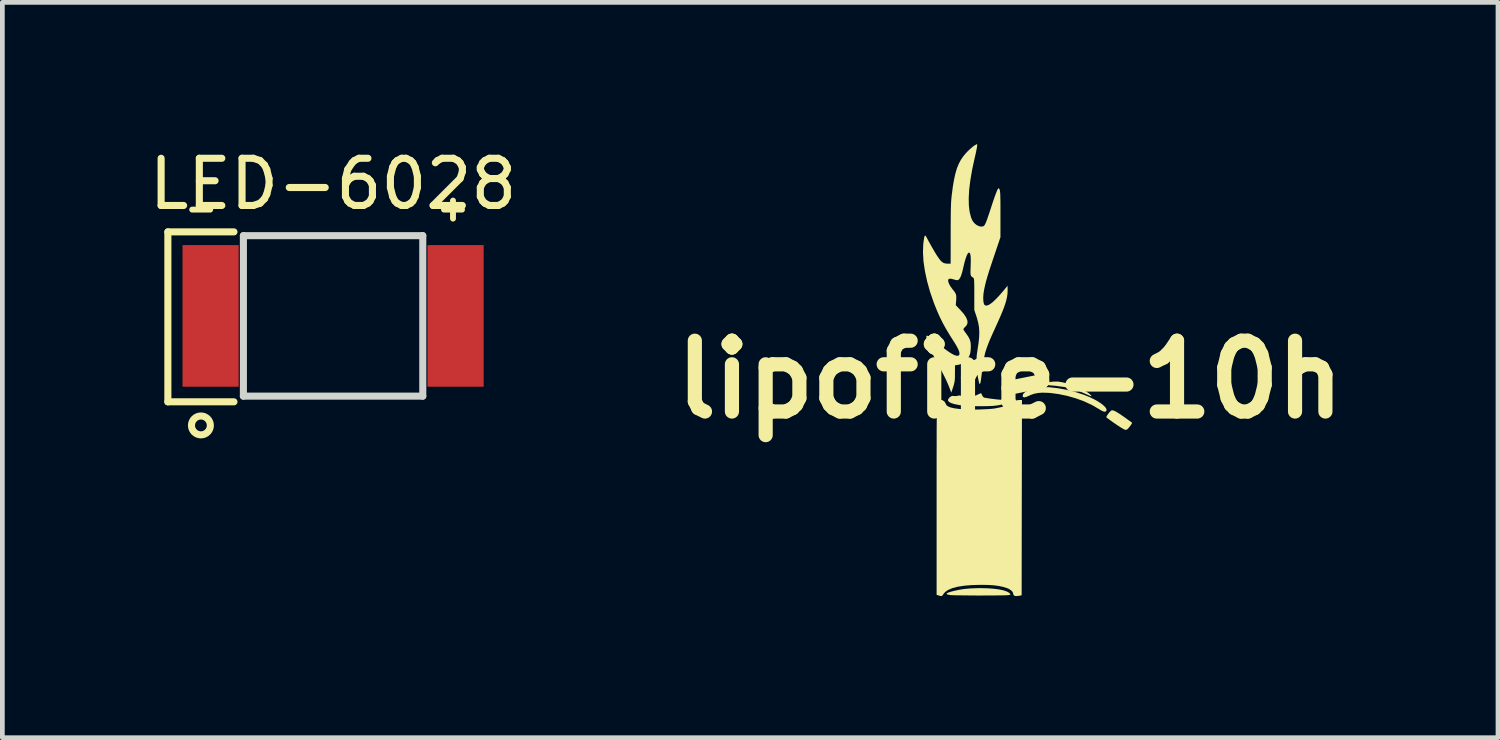
<source format=kicad_pcb>
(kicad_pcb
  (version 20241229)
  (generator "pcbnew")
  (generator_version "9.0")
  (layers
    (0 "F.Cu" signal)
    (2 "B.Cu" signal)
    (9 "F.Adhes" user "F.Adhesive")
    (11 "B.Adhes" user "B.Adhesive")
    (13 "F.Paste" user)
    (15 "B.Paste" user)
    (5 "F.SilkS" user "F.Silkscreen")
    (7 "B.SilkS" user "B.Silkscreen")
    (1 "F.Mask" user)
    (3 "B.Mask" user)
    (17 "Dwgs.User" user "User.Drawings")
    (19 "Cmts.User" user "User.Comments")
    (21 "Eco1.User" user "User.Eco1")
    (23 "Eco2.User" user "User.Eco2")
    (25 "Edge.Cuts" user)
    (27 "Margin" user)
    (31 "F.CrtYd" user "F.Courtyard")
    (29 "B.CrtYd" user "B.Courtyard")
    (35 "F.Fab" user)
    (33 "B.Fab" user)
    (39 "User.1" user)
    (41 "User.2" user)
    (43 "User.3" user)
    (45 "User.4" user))
  (footprint "lipofire-10h"
    (layer "F.Cu")
    (at 18.348 4.989)
    (property "Reference" "lipofire-10h" (at 0 0 0) (layer "F.SilkS") (effects (font (size 1.5 1.5) (thickness 0.3))))
    (attr board_only exclude_from_pos_files exclude_from_bom)
    (fp_poly (pts (xy 1.021 0.045) (xy 1.122 0.062) (xy 1.241 0.094) (xy 1.378 0.143) (xy 1.396 0.15) (xy 1.476 0.185) (xy 1.553 0.223) (xy 1.622 0.263) (xy 1.677 0.301) (xy 1.713 0.334) (xy 1.714 0.335) (xy 1.724 0.35) (xy 1.718 0.355) (xy 1.694 0.347) (xy 1.65 0.328) (xy 1.623 0.315) (xy 1.464 0.247) (xy 1.305 0.195) (xy 1.141 0.158) (xy 0.962 0.134) (xy 0.892 0.128) (xy 0.813 0.121) (xy 0.749 0.114) (xy 0.704 0.107) (xy 0.68 0.1) (xy 0.677 0.098) (xy 0.687 0.089) (xy 0.718 0.078) (xy 0.766 0.067) (xy 0.827 0.056) (xy 0.896 0.047) (xy 0.937 0.044)) (stroke (width 0) (type solid)) (fill yes) (layer "F.SilkS"))
    (fp_poly (pts (xy 2.176 0.653) (xy 2.212 0.666) (xy 2.262 0.693) (xy 2.328 0.734) (xy 2.412 0.792) (xy 2.439 0.811) (xy 2.491 0.849) (xy 2.535 0.88) (xy 2.567 0.904) (xy 2.582 0.915) (xy 2.583 0.916) (xy 2.579 0.929) (xy 2.564 0.956) (xy 2.54 0.989) (xy 2.514 1.022) (xy 2.49 1.048) (xy 2.473 1.061) (xy 2.455 1.066) (xy 2.439 1.066) (xy 2.418 1.058) (xy 2.385 1.04) (xy 2.354 1.022) (xy 2.317 0.998) (xy 2.268 0.966) (xy 2.212 0.928) (xy 2.156 0.889) (xy 2.105 0.852) (xy 2.064 0.822) (xy 2.04 0.804) (xy 2.041 0.788) (xy 2.055 0.761) (xy 2.078 0.727) (xy 2.105 0.693) (xy 2.131 0.666) (xy 2.151 0.653)) (stroke (width 0) (type solid)) (fill yes) (layer "F.SilkS"))
    (fp_poly (pts (xy -0.485 4.423) (xy -0.356 4.432) (xy -0.243 4.446) (xy -0.149 4.465) (xy -0.075 4.489) (xy -0.024 4.516) (xy -0.008 4.531) (xy 0.006 4.548) (xy 0.004 4.558) (xy -0.016 4.564) (xy -0.041 4.568) (xy -0.069 4.57) (xy -0.119 4.572) (xy -0.188 4.573) (xy -0.274 4.574) (xy -0.372 4.575) (xy -0.479 4.575) (xy -0.591 4.576) (xy -0.705 4.576) (xy -0.818 4.575) (xy -0.926 4.574) (xy -1.025 4.573) (xy -1.113 4.572) (xy -1.185 4.571) (xy -1.238 4.569) (xy -1.268 4.567) (xy -1.269 4.566) (xy -1.319 4.557) (xy -1.344 4.546) (xy -1.344 4.533) (xy -1.318 4.517) (xy -1.266 4.499) (xy -1.2 4.481) (xy -1.087 4.456) (xy -0.973 4.438) (xy -0.851 4.427) (xy -0.714 4.421) (xy -0.627 4.42)) (stroke (width 0) (type solid)) (fill yes) (layer "F.SilkS"))
    (fp_poly (pts (xy 0.828 0.164) (xy 1.007 0.184) (xy 1.194 0.218) (xy 1.38 0.265) (xy 1.561 0.324) (xy 1.687 0.375) (xy 1.781 0.42) (xy 1.865 0.468) (xy 1.936 0.515) (xy 1.991 0.561) (xy 2.028 0.603) (xy 2.043 0.639) (xy 2.043 0.649) (xy 2.03 0.676) (xy 2.002 0.683) (xy 1.959 0.671) (xy 1.899 0.638) (xy 1.88 0.626) (xy 1.737 0.542) (xy 1.574 0.466) (xy 1.398 0.401) (xy 1.214 0.348) (xy 1.027 0.309) (xy 0.845 0.285) (xy 0.792 0.282) (xy 0.681 0.279) (xy 0.589 0.286) (xy 0.509 0.302) (xy 0.434 0.328) (xy 0.401 0.344) (xy 0.341 0.37) (xy 0.299 0.379) (xy 0.275 0.37) (xy 0.266 0.352) (xy 0.271 0.317) (xy 0.3 0.281) (xy 0.353 0.243) (xy 0.405 0.215) (xy 0.45 0.194) (xy 0.486 0.179) (xy 0.521 0.17) (xy 0.562 0.165) (xy 0.618 0.162) (xy 0.662 0.16)) (stroke (width 0) (type solid)) (fill yes) (layer "F.SilkS"))
    (fp_poly (pts (xy -0.608 0.301) (xy -0.596 0.328) (xy -0.596 0.329) (xy -0.578 0.361) (xy -0.557 0.381) (xy -0.536 0.387) (xy -0.493 0.394) (xy -0.436 0.403) (xy -0.369 0.411) (xy -0.298 0.42) (xy -0.228 0.427) (xy -0.165 0.432) (xy -0.114 0.435) (xy -0.096 0.436) (xy -0.05 0.439) (xy -0.029 0.448) (xy -0.034 0.463) (xy -0.064 0.485) (xy -0.079 0.494) (xy -0.131 0.517) (xy -0.193 0.535) (xy -0.269 0.549) (xy -0.36 0.559) (xy -0.471 0.564) (xy -0.604 0.566) (xy -0.653 0.566) (xy -0.787 0.564) (xy -0.899 0.559) (xy -0.995 0.552) (xy -1.078 0.541) (xy -1.078 0.541) (xy -1.177 0.522) (xy -1.249 0.5) (xy -1.295 0.474) (xy -1.316 0.446) (xy -1.311 0.414) (xy -1.28 0.378) (xy -1.279 0.377) (xy -1.246 0.354) (xy -1.215 0.347) (xy -1.187 0.35) (xy -1.147 0.352) (xy -1.115 0.346) (xy -1.111 0.345) (xy -1.078 0.338) (xy -1.037 0.346) (xy -0.993 0.354) (xy -0.965 0.348) (xy -0.935 0.341) (xy -0.917 0.344) (xy -0.86 0.356) (xy -0.792 0.353) (xy -0.724 0.337) (xy -0.692 0.323) (xy -0.654 0.305) (xy -0.627 0.293) (xy -0.618 0.29)) (stroke (width 0) (type solid)) (fill yes) (layer "F.SilkS"))
    (fp_poly (pts (xy -1.439 0.436) (xy -1.396 0.462) (xy -1.37 0.5) (xy -1.366 0.512) (xy -1.349 0.544) (xy -1.314 0.571) (xy -1.258 0.593) (xy -1.18 0.611) (xy -1.078 0.624) (xy -0.962 0.632) (xy -0.873 0.636) (xy -0.773 0.637) (xy -0.667 0.636) (xy -0.563 0.632) (xy -0.466 0.627) (xy -0.384 0.621) (xy -0.321 0.613) (xy -0.319 0.613) (xy -0.195 0.587) (xy -0.092 0.557) (xy -0.005 0.519) (xy 0.072 0.472) (xy 0.078 0.468) (xy 0.124 0.444) (xy 0.178 0.436) (xy 0.187 0.435) (xy 0.251 0.435) (xy 0.247 2.504) (xy 0.244 4.572) (xy 0.175 4.584) (xy 0.118 4.588) (xy 0.083 4.577) (xy 0.067 4.551) (xy 0.066 4.539) (xy 0.054 4.502) (xy 0.019 4.465) (xy -0.032 4.433) (xy -0.061 4.421) (xy -0.146 4.394) (xy -0.24 4.374) (xy -0.348 4.36) (xy -0.473 4.352) (xy -0.62 4.35) (xy -0.627 4.35) (xy -0.808 4.355) (xy -0.967 4.368) (xy -1.105 4.389) (xy -1.219 4.418) (xy -1.31 4.456) (xy -1.376 4.501) (xy -1.414 4.546) (xy -1.433 4.575) (xy -1.452 4.587) (xy -1.479 4.586) (xy -1.514 4.575) (xy -1.557 4.562) (xy -1.557 2.5) (xy -1.557 2.226) (xy -1.557 1.977) (xy -1.557 1.751) (xy -1.557 1.549) (xy -1.556 1.368) (xy -1.556 1.208) (xy -1.556 1.067) (xy -1.555 0.944) (xy -1.554 0.837) (xy -1.553 0.746) (xy -1.552 0.67) (xy -1.551 0.606) (xy -1.55 0.555) (xy -1.548 0.515) (xy -1.547 0.484) (xy -1.545 0.461) (xy -1.543 0.445) (xy -1.54 0.436) (xy -1.538 0.431) (xy -1.536 0.43) (xy -1.488 0.424)) (stroke (width 0) (type solid)) (fill yes) (layer "F.SilkS"))
    (fp_poly (pts (xy -0.699 -4.949) (xy -0.702 -4.922) (xy -0.711 -4.876) (xy -0.723 -4.814) (xy -0.739 -4.742) (xy -0.752 -4.687) (xy -0.804 -4.447) (xy -0.842 -4.226) (xy -0.867 -4.025) (xy -0.877 -3.844) (xy -0.874 -3.684) (xy -0.857 -3.546) (xy -0.826 -3.429) (xy -0.798 -3.365) (xy -0.763 -3.317) (xy -0.717 -3.277) (xy -0.665 -3.25) (xy -0.614 -3.238) (xy -0.57 -3.245) (xy -0.566 -3.247) (xy -0.554 -3.255) (xy -0.542 -3.268) (xy -0.53 -3.29) (xy -0.515 -3.321) (xy -0.497 -3.366) (xy -0.476 -3.426) (xy -0.449 -3.505) (xy -0.416 -3.604) (xy -0.39 -3.684) (xy -0.361 -3.772) (xy -0.333 -3.853) (xy -0.308 -3.922) (xy -0.287 -3.977) (xy -0.272 -4.014) (xy -0.265 -4.027) (xy -0.241 -4.056) (xy -0.223 -4.024) (xy -0.218 -4.01) (xy -0.214 -3.987) (xy -0.211 -3.953) (xy -0.208 -3.904) (xy -0.207 -3.839) (xy -0.205 -3.754) (xy -0.205 -3.649) (xy -0.205 -3.519) (xy -0.205 -3.503) (xy -0.205 -3.015) (xy -0.345 -2.599) (xy -0.398 -2.441) (xy -0.443 -2.305) (xy -0.479 -2.188) (xy -0.508 -2.087) (xy -0.53 -1.999) (xy -0.547 -1.922) (xy -0.559 -1.853) (xy -0.565 -1.81) (xy -0.57 -1.739) (xy -0.568 -1.674) (xy -0.561 -1.621) (xy -0.548 -1.587) (xy -0.544 -1.581) (xy -0.516 -1.566) (xy -0.479 -1.569) (xy -0.433 -1.591) (xy -0.377 -1.632) (xy -0.31 -1.694) (xy -0.231 -1.777) (xy -0.14 -1.882) (xy -0.103 -1.927) (xy -0.054 -1.986) (xy -0.053 -1.88) (xy -0.056 -1.817) (xy -0.065 -1.751) (xy -0.081 -1.678) (xy -0.105 -1.597) (xy -0.138 -1.503) (xy -0.182 -1.395) (xy -0.236 -1.27) (xy -0.297 -1.135) (xy -0.357 -1.003) (xy -0.407 -0.891) (xy -0.448 -0.795) (xy -0.481 -0.71) (xy -0.508 -0.633) (xy -0.53 -0.559) (xy -0.547 -0.484) (xy -0.562 -0.405) (xy -0.576 -0.316) (xy -0.589 -0.215) (xy -0.595 -0.172) (xy -0.608 -0.068) (xy -0.618 0.01) (xy -0.628 0.063) (xy -0.637 0.092) (xy -0.645 0.098) (xy -0.654 0.08) (xy -0.665 0.04) (xy -0.677 -0.021) (xy -0.688 -0.079) (xy -0.709 -0.231) (xy -0.715 -0.373) (xy -0.707 -0.516) (xy -0.689 -0.64) (xy -0.668 -0.779) (xy -0.656 -0.899) (xy -0.653 -1.005) (xy -0.659 -1.104) (xy -0.676 -1.2) (xy -0.702 -1.3) (xy -0.716 -1.344) (xy -0.759 -1.471) (xy -0.759 -1.806) (xy -0.759 -1.908) (xy -0.759 -1.988) (xy -0.761 -2.047) (xy -0.762 -2.09) (xy -0.765 -2.119) (xy -0.769 -2.138) (xy -0.775 -2.149) (xy -0.783 -2.156) (xy -0.785 -2.158) (xy -0.807 -2.174) (xy -0.823 -2.188) (xy -0.833 -2.206) (xy -0.838 -2.232) (xy -0.84 -2.271) (xy -0.839 -2.327) (xy -0.836 -2.404) (xy -0.836 -2.407) (xy -0.833 -2.512) (xy -0.835 -2.592) (xy -0.842 -2.647) (xy -0.854 -2.679) (xy -0.871 -2.689) (xy -0.876 -2.688) (xy -0.896 -2.67) (xy -0.918 -2.629) (xy -0.941 -2.566) (xy -0.965 -2.485) (xy -0.988 -2.389) (xy -0.989 -2.383) (xy -1.013 -2.282) (xy -1.037 -2.205) (xy -1.061 -2.151) (xy -1.086 -2.118) (xy -1.107 -2.105) (xy -1.133 -2.105) (xy -1.172 -2.113) (xy -1.187 -2.118) (xy -1.246 -2.134) (xy -1.286 -2.135) (xy -1.309 -2.12) (xy -1.313 -2.112) (xy -1.312 -2.078) (xy -1.296 -2.031) (xy -1.268 -1.978) (xy -1.229 -1.924) (xy -1.222 -1.914) (xy -1.18 -1.863) (xy -1.155 -1.821) (xy -1.142 -1.78) (xy -1.14 -1.731) (xy -1.143 -1.677) (xy -1.151 -1.574) (xy -1.051 -1.468) (xy -0.978 -1.385) (xy -0.93 -1.311) (xy -0.905 -1.247) (xy -0.903 -1.191) (xy -0.925 -1.143) (xy -0.95 -1.117) (xy -0.976 -1.091) (xy -0.989 -1.069) (xy -0.99 -1.065) (xy -0.982 -1.046) (xy -0.962 -1.014) (xy -0.933 -0.975) (xy -0.931 -0.972) (xy -0.883 -0.903) (xy -0.852 -0.841) (xy -0.836 -0.776) (xy -0.832 -0.699) (xy -0.834 -0.663) (xy -0.838 -0.6) (xy -0.846 -0.554) (xy -0.859 -0.514) (xy -0.878 -0.476) (xy -0.929 -0.402) (xy -0.988 -0.351) (xy -1.062 -0.32) (xy -1.09 -0.313) (xy -1.168 -0.299) (xy -1.169 -0.126) (xy -1.169 -0.051) (xy -1.172 0.006) (xy -1.178 0.052) (xy -1.188 0.096) (xy -1.202 0.145) (xy -1.208 0.163) (xy -1.247 0.279) (xy -1.285 0.176) (xy -1.312 0.109) (xy -1.346 0.032) (xy -1.389 -0.058) (xy -1.442 -0.162) (xy -1.507 -0.284) (xy -1.553 -0.37) (xy -1.62 -0.497) (xy -1.676 -0.611) (xy -1.72 -0.71) (xy -1.751 -0.793) (xy -1.77 -0.858) (xy -1.775 -0.903) (xy -1.772 -0.918) (xy -1.767 -0.927) (xy -1.757 -0.928) (xy -1.74 -0.921) (xy -1.714 -0.905) (xy -1.675 -0.876) (xy -1.622 -0.834) (xy -1.551 -0.777) (xy -1.546 -0.773) (xy -1.44 -0.69) (xy -1.352 -0.623) (xy -1.279 -0.572) (xy -1.219 -0.536) (xy -1.171 -0.513) (xy -1.131 -0.503) (xy -1.115 -0.501) (xy -1.084 -0.511) (xy -1.072 -0.538) (xy -1.077 -0.584) (xy -1.101 -0.646) (xy -1.144 -0.726) (xy -1.189 -0.799) (xy -1.281 -0.944) (xy -1.359 -1.074) (xy -1.427 -1.197) (xy -1.487 -1.318) (xy -1.543 -1.444) (xy -1.599 -1.581) (xy -1.618 -1.631) (xy -1.697 -1.86) (xy -1.759 -2.083) (xy -1.805 -2.298) (xy -1.835 -2.501) (xy -1.846 -2.691) (xy -1.84 -2.865) (xy -1.833 -2.925) (xy -1.823 -2.99) (xy -1.814 -3.031) (xy -1.804 -3.049) (xy -1.791 -3.045) (xy -1.775 -3.021) (xy -1.763 -2.998) (xy -1.742 -2.958) (xy -1.712 -2.903) (xy -1.678 -2.842) (xy -1.655 -2.801) (xy -1.597 -2.701) (xy -1.548 -2.622) (xy -1.507 -2.562) (xy -1.472 -2.517) (xy -1.439 -2.487) (xy -1.407 -2.468) (xy -1.373 -2.458) (xy -1.335 -2.454) (xy -1.325 -2.454) (xy -1.26 -2.454) (xy -1.259 -3.091) (xy -1.259 -3.248) (xy -1.258 -3.382) (xy -1.257 -3.495) (xy -1.256 -3.591) (xy -1.253 -3.671) (xy -1.251 -3.741) (xy -1.247 -3.801) (xy -1.242 -3.855) (xy -1.237 -3.907) (xy -1.235 -3.919) (xy -1.213 -4.088) (xy -1.188 -4.234) (xy -1.16 -4.36) (xy -1.128 -4.47) (xy -1.09 -4.565) (xy -1.045 -4.65) (xy -0.993 -4.727) (xy -0.932 -4.8) (xy -0.902 -4.831) (xy -0.855 -4.876) (xy -0.808 -4.917) (xy -0.769 -4.948) (xy -0.751 -4.96) (xy -0.699 -4.989)) (stroke (width 0) (type solid)) (fill yes) (layer "F.SilkS")))
  (footprint "LED-6028"
    (layer "F.Cu")
    (at 1.411 3.642)
    (property "Reference" "LED-6028" (at 2.595 -2.794 0) (layer "F.SilkS") (effects (font (size 1 1) (thickness 0.15))))
    (attr smd)
    (fp_line (start -0.905 -1.78) (end 0.495 -1.78) (stroke (width 0.15) (type solid)) (layer "F.SilkS"))
    (fp_line (start -0.905 1.82) (end -0.905 -1.78) (stroke (width 0.15) (type solid)) (layer "F.SilkS"))
    (fp_line (start -0.905 1.82) (end 0.495 1.82) (stroke (width 0.15) (type solid)) (layer "F.SilkS"))
    (fp_circle (center -0.205 2.32) (end -0.205 2.12) (stroke (width 0.15) (type solid)) (fill no) (layer "F.SilkS"))
    (fp_line (start 0.695 -1.7) (end 0.695 1.7) (stroke (width 0.15) (type solid)) (layer "Edge.Cuts"))
    (fp_line (start 4.495 -1.7) (end 0.695 -1.7) (stroke (width 0.15) (type solid)) (layer "Edge.Cuts"))
    (fp_line (start 4.495 -1.7) (end 4.495 1.7) (stroke (width 0.15) (type solid)) (layer "Edge.Cuts"))
    (fp_line (start 4.495 1.7) (end 0.695 1.7) (stroke (width 0.15) (type solid)) (layer "Edge.Cuts"))
    (fp_text user "+" (at 5.135 -2.286 0) (unlocked yes) (layer "F.SilkS") (effects (font (size 0.5 0.5) (thickness 0.125))))
    (fp_text user "-" (at -0.199 -2.286 0) (unlocked yes) (layer "F.SilkS") (effects (font (size 0.5 0.5) (thickness 0.125))))
    (pad "1" smd rect (at 0 0) (size 1.19 3) (layers "F.Cu" "F.Mask" "F.Paste"))
    (pad "2" smd rect (at 5.19 0) (size 1.19 3) (layers "F.Cu" "F.Mask" "F.Paste")))
  (gr_rect
    (start -3 -3)
    (end 28.683 12.577)
    (stroke (width 0.1) (type default))
    (fill no)
    (layer "Edge.Cuts")))
</source>
